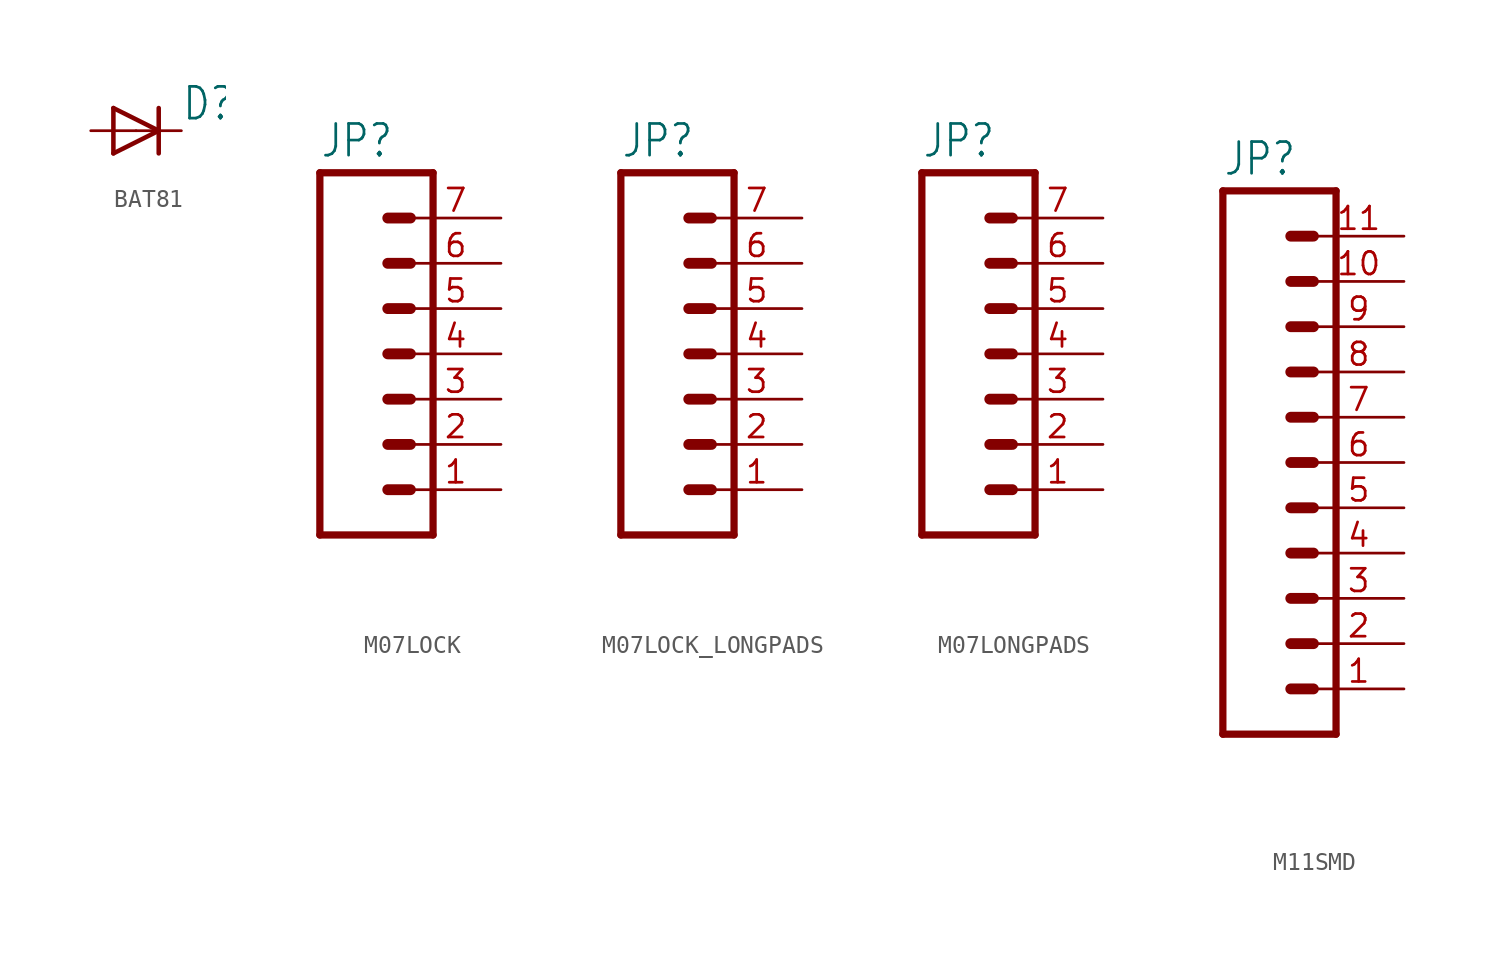
<source format=kicad_sym>
(kicad_symbol_lib
  (version 20220914)
  (generator kicad_symbol_editor)
  (symbol "BAT81"
    (property "Reference" "D"
      (at 2.54 0.483 0)
      (effects (font (size 1.778 1.511)) (justify left bottom)))
    (property "Value" ""
      (at 2.54 -2.311 0)
      (effects (font (size 1.778 1.511)) (justify left bottom)))
    (property "ki_locked" ""
      (at 0 0 0)
      (effects (font (size 1.27 1.27))))
    (symbol "BAT81_1_0"
      (polyline (pts (xy -1.27 -1.27) (xy 1.27 0)) (stroke (width 0.254) (type solid)) (fill (type none)))
      (polyline (pts (xy -1.27 1.27) (xy -1.27 -1.27)) (stroke (width 0.254) (type solid)) (fill (type none)))
      (polyline (pts (xy 1.27 0) (xy -1.27 1.27)) (stroke (width 0.254) (type solid)) (fill (type none)))
      (polyline (pts (xy 1.27 0) (xy 1.27 -1.27)) (stroke (width 0.254) (type solid)) (fill (type none)))
      (polyline (pts (xy 1.27 1.27) (xy 1.27 0)) (stroke (width 0.254) (type solid)) (fill (type none)))
      (pin passive line (at -2.54 0 0) (length 2.54) (name "A" (effects (font (size 0 0)))) (number "A" (effects (font (size 0 0)))))
      (pin passive line (at 2.54 0 180) (length 2.54) (name "C" (effects (font (size 0 0)))) (number "C" (effects (font (size 0 0)))))))
  (symbol "M07LOCK"
    (property "Reference" "JP"
      (at -5.08 13.462 0)
      (effects (font (size 1.778 1.511)) (justify left bottom)))
    (property "Value" ""
      (at -5.08 -10.16 0)
      (effects (font (size 1.778 1.511)) (justify left bottom)))
    (property "ki_locked" ""
      (at 0 0 0)
      (effects (font (size 1.27 1.27))))
    (symbol "M07LOCK_1_0"
      (polyline (pts (xy -5.08 12.7) (xy -5.08 -7.62)) (stroke (width 0.406) (type solid)) (fill (type none)))
      (polyline (pts (xy -5.08 12.7) (xy 1.27 12.7)) (stroke (width 0.406) (type solid)) (fill (type none)))
      (polyline (pts (xy -1.27 -5.08) (xy 0 -5.08)) (stroke (width 0.61) (type solid)) (fill (type none)))
      (polyline (pts (xy -1.27 -2.54) (xy 0 -2.54)) (stroke (width 0.61) (type solid)) (fill (type none)))
      (polyline (pts (xy -1.27 0) (xy 0 0)) (stroke (width 0.61) (type solid)) (fill (type none)))
      (polyline (pts (xy -1.27 2.54) (xy 0 2.54)) (stroke (width 0.61) (type solid)) (fill (type none)))
      (polyline (pts (xy -1.27 5.08) (xy 0 5.08)) (stroke (width 0.61) (type solid)) (fill (type none)))
      (polyline (pts (xy -1.27 7.62) (xy 0 7.62)) (stroke (width 0.61) (type solid)) (fill (type none)))
      (polyline (pts (xy -1.27 10.16) (xy 0 10.16)) (stroke (width 0.61) (type solid)) (fill (type none)))
      (polyline (pts (xy 1.27 -7.62) (xy -5.08 -7.62)) (stroke (width 0.406) (type solid)) (fill (type none)))
      (polyline (pts (xy 1.27 -7.62) (xy 1.27 12.7)) (stroke (width 0.406) (type solid)) (fill (type none)))
      (pin passive line (at 5.08 -5.08 180) (length 5.08) (name "1" (effects (font (size 0 0)))) (number "1" (effects (font (size 1.27 1.27)))))
      (pin passive line (at 5.08 -2.54 180) (length 5.08) (name "2" (effects (font (size 0 0)))) (number "2" (effects (font (size 1.27 1.27)))))
      (pin passive line (at 5.08 0 180) (length 5.08) (name "3" (effects (font (size 0 0)))) (number "3" (effects (font (size 1.27 1.27)))))
      (pin passive line (at 5.08 2.54 180) (length 5.08) (name "4" (effects (font (size 0 0)))) (number "4" (effects (font (size 1.27 1.27)))))
      (pin passive line (at 5.08 5.08 180) (length 5.08) (name "5" (effects (font (size 0 0)))) (number "5" (effects (font (size 1.27 1.27)))))
      (pin passive line (at 5.08 7.62 180) (length 5.08) (name "6" (effects (font (size 0 0)))) (number "6" (effects (font (size 1.27 1.27)))))
      (pin passive line (at 5.08 10.16 180) (length 5.08) (name "7" (effects (font (size 0 0)))) (number "7" (effects (font (size 1.27 1.27)))))))
  (symbol "M07LOCK_LONGPADS"
    (property "Reference" "JP"
      (at -5.08 13.462 0)
      (effects (font (size 1.778 1.511)) (justify left bottom)))
    (property "Value" ""
      (at -5.08 -10.16 0)
      (effects (font (size 1.778 1.511)) (justify left bottom)))
    (property "ki_locked" ""
      (at 0 0 0)
      (effects (font (size 1.27 1.27))))
    (symbol "M07LOCK_LONGPADS_1_0"
      (polyline (pts (xy -5.08 12.7) (xy -5.08 -7.62)) (stroke (width 0.406) (type solid)) (fill (type none)))
      (polyline (pts (xy -5.08 12.7) (xy 1.27 12.7)) (stroke (width 0.406) (type solid)) (fill (type none)))
      (polyline (pts (xy -1.27 -5.08) (xy 0 -5.08)) (stroke (width 0.61) (type solid)) (fill (type none)))
      (polyline (pts (xy -1.27 -2.54) (xy 0 -2.54)) (stroke (width 0.61) (type solid)) (fill (type none)))
      (polyline (pts (xy -1.27 0) (xy 0 0)) (stroke (width 0.61) (type solid)) (fill (type none)))
      (polyline (pts (xy -1.27 2.54) (xy 0 2.54)) (stroke (width 0.61) (type solid)) (fill (type none)))
      (polyline (pts (xy -1.27 5.08) (xy 0 5.08)) (stroke (width 0.61) (type solid)) (fill (type none)))
      (polyline (pts (xy -1.27 7.62) (xy 0 7.62)) (stroke (width 0.61) (type solid)) (fill (type none)))
      (polyline (pts (xy -1.27 10.16) (xy 0 10.16)) (stroke (width 0.61) (type solid)) (fill (type none)))
      (polyline (pts (xy 1.27 -7.62) (xy -5.08 -7.62)) (stroke (width 0.406) (type solid)) (fill (type none)))
      (polyline (pts (xy 1.27 -7.62) (xy 1.27 12.7)) (stroke (width 0.406) (type solid)) (fill (type none)))
      (pin passive line (at 5.08 -5.08 180) (length 5.08) (name "1" (effects (font (size 0 0)))) (number "1" (effects (font (size 1.27 1.27)))))
      (pin passive line (at 5.08 -2.54 180) (length 5.08) (name "2" (effects (font (size 0 0)))) (number "2" (effects (font (size 1.27 1.27)))))
      (pin passive line (at 5.08 0 180) (length 5.08) (name "3" (effects (font (size 0 0)))) (number "3" (effects (font (size 1.27 1.27)))))
      (pin passive line (at 5.08 2.54 180) (length 5.08) (name "4" (effects (font (size 0 0)))) (number "4" (effects (font (size 1.27 1.27)))))
      (pin passive line (at 5.08 5.08 180) (length 5.08) (name "5" (effects (font (size 0 0)))) (number "5" (effects (font (size 1.27 1.27)))))
      (pin passive line (at 5.08 7.62 180) (length 5.08) (name "6" (effects (font (size 0 0)))) (number "6" (effects (font (size 1.27 1.27)))))
      (pin passive line (at 5.08 10.16 180) (length 5.08) (name "7" (effects (font (size 0 0)))) (number "7" (effects (font (size 1.27 1.27)))))))
  (symbol "M07LONGPADS"
    (property "Reference" "JP"
      (at -5.08 13.462 0)
      (effects (font (size 1.778 1.511)) (justify left bottom)))
    (property "Value" ""
      (at -5.08 -10.16 0)
      (effects (font (size 1.778 1.511)) (justify left bottom)))
    (property "ki_locked" ""
      (at 0 0 0)
      (effects (font (size 1.27 1.27))))
    (symbol "M07LONGPADS_1_0"
      (polyline (pts (xy -5.08 12.7) (xy -5.08 -7.62)) (stroke (width 0.406) (type solid)) (fill (type none)))
      (polyline (pts (xy -5.08 12.7) (xy 1.27 12.7)) (stroke (width 0.406) (type solid)) (fill (type none)))
      (polyline (pts (xy -1.27 -5.08) (xy 0 -5.08)) (stroke (width 0.61) (type solid)) (fill (type none)))
      (polyline (pts (xy -1.27 -2.54) (xy 0 -2.54)) (stroke (width 0.61) (type solid)) (fill (type none)))
      (polyline (pts (xy -1.27 0) (xy 0 0)) (stroke (width 0.61) (type solid)) (fill (type none)))
      (polyline (pts (xy -1.27 2.54) (xy 0 2.54)) (stroke (width 0.61) (type solid)) (fill (type none)))
      (polyline (pts (xy -1.27 5.08) (xy 0 5.08)) (stroke (width 0.61) (type solid)) (fill (type none)))
      (polyline (pts (xy -1.27 7.62) (xy 0 7.62)) (stroke (width 0.61) (type solid)) (fill (type none)))
      (polyline (pts (xy -1.27 10.16) (xy 0 10.16)) (stroke (width 0.61) (type solid)) (fill (type none)))
      (polyline (pts (xy 1.27 -7.62) (xy -5.08 -7.62)) (stroke (width 0.406) (type solid)) (fill (type none)))
      (polyline (pts (xy 1.27 -7.62) (xy 1.27 12.7)) (stroke (width 0.406) (type solid)) (fill (type none)))
      (pin passive line (at 5.08 -5.08 180) (length 5.08) (name "1" (effects (font (size 0 0)))) (number "1" (effects (font (size 1.27 1.27)))))
      (pin passive line (at 5.08 -2.54 180) (length 5.08) (name "2" (effects (font (size 0 0)))) (number "2" (effects (font (size 1.27 1.27)))))
      (pin passive line (at 5.08 0 180) (length 5.08) (name "3" (effects (font (size 0 0)))) (number "3" (effects (font (size 1.27 1.27)))))
      (pin passive line (at 5.08 2.54 180) (length 5.08) (name "4" (effects (font (size 0 0)))) (number "4" (effects (font (size 1.27 1.27)))))
      (pin passive line (at 5.08 5.08 180) (length 5.08) (name "5" (effects (font (size 0 0)))) (number "5" (effects (font (size 1.27 1.27)))))
      (pin passive line (at 5.08 7.62 180) (length 5.08) (name "6" (effects (font (size 0 0)))) (number "6" (effects (font (size 1.27 1.27)))))
      (pin passive line (at 5.08 10.16 180) (length 5.08) (name "7" (effects (font (size 0 0)))) (number "7" (effects (font (size 1.27 1.27)))))))
  (symbol "M11SMD"
    (property "Reference" "JP"
      (at 0 16.002 0)
      (effects (font (size 1.778 1.511)) (justify left bottom)))
    (property "Value" ""
      (at 0 -17.78 0)
      (effects (font (size 1.778 1.511)) (justify left bottom)))
    (property "ki_locked" ""
      (at 0 0 0)
      (effects (font (size 1.27 1.27))))
    (symbol "M11SMD_1_0"
      (polyline (pts (xy 0 15.24) (xy 0 -15.24)) (stroke (width 0.406) (type solid)) (fill (type none)))
      (polyline (pts (xy 0 15.24) (xy 6.35 15.24)) (stroke (width 0.406) (type solid)) (fill (type none)))
      (polyline (pts (xy 3.81 -12.7) (xy 5.08 -12.7)) (stroke (width 0.61) (type solid)) (fill (type none)))
      (polyline (pts (xy 3.81 -10.16) (xy 5.08 -10.16)) (stroke (width 0.61) (type solid)) (fill (type none)))
      (polyline (pts (xy 3.81 -7.62) (xy 5.08 -7.62)) (stroke (width 0.61) (type solid)) (fill (type none)))
      (polyline (pts (xy 3.81 -5.08) (xy 5.08 -5.08)) (stroke (width 0.61) (type solid)) (fill (type none)))
      (polyline (pts (xy 3.81 -2.54) (xy 5.08 -2.54)) (stroke (width 0.61) (type solid)) (fill (type none)))
      (polyline (pts (xy 3.81 0) (xy 5.08 0)) (stroke (width 0.61) (type solid)) (fill (type none)))
      (polyline (pts (xy 3.81 2.54) (xy 5.08 2.54)) (stroke (width 0.61) (type solid)) (fill (type none)))
      (polyline (pts (xy 3.81 5.08) (xy 5.08 5.08)) (stroke (width 0.61) (type solid)) (fill (type none)))
      (polyline (pts (xy 3.81 7.62) (xy 5.08 7.62)) (stroke (width 0.61) (type solid)) (fill (type none)))
      (polyline (pts (xy 3.81 10.16) (xy 5.08 10.16)) (stroke (width 0.61) (type solid)) (fill (type none)))
      (polyline (pts (xy 3.81 12.7) (xy 5.08 12.7)) (stroke (width 0.61) (type solid)) (fill (type none)))
      (polyline (pts (xy 6.35 -15.24) (xy 0 -15.24)) (stroke (width 0.406) (type solid)) (fill (type none)))
      (polyline (pts (xy 6.35 -15.24) (xy 6.35 15.24)) (stroke (width 0.406) (type solid)) (fill (type none)))
      (pin passive line (at 10.16 -12.7 180) (length 5.08) (name "1" (effects (font (size 0 0)))) (number "1" (effects (font (size 1.27 1.27)))))
      (pin passive line (at 10.16 10.16 180) (length 5.08) (name "10" (effects (font (size 0 0)))) (number "10" (effects (font (size 1.27 1.27)))))
      (pin passive line (at 10.16 12.7 180) (length 5.08) (name "11" (effects (font (size 0 0)))) (number "11" (effects (font (size 1.27 1.27)))))
      (pin passive line (at 10.16 -10.16 180) (length 5.08) (name "2" (effects (font (size 0 0)))) (number "2" (effects (font (size 1.27 1.27)))))
      (pin passive line (at 10.16 -7.62 180) (length 5.08) (name "3" (effects (font (size 0 0)))) (number "3" (effects (font (size 1.27 1.27)))))
      (pin passive line (at 10.16 -5.08 180) (length 5.08) (name "4" (effects (font (size 0 0)))) (number "4" (effects (font (size 1.27 1.27)))))
      (pin passive line (at 10.16 -2.54 180) (length 5.08) (name "5" (effects (font (size 0 0)))) (number "5" (effects (font (size 1.27 1.27)))))
      (pin passive line (at 10.16 0 180) (length 5.08) (name "6" (effects (font (size 0 0)))) (number "6" (effects (font (size 1.27 1.27)))))
      (pin passive line (at 10.16 2.54 180) (length 5.08) (name "7" (effects (font (size 0 0)))) (number "7" (effects (font (size 1.27 1.27)))))
      (pin passive line (at 10.16 5.08 180) (length 5.08) (name "8" (effects (font (size 0 0)))) (number "8" (effects (font (size 1.27 1.27)))))
      (pin passive line (at 10.16 7.62 180) (length 5.08) (name "9" (effects (font (size 0 0)))) (number "9" (effects (font (size 1.27 1.27))))))))
</source>
